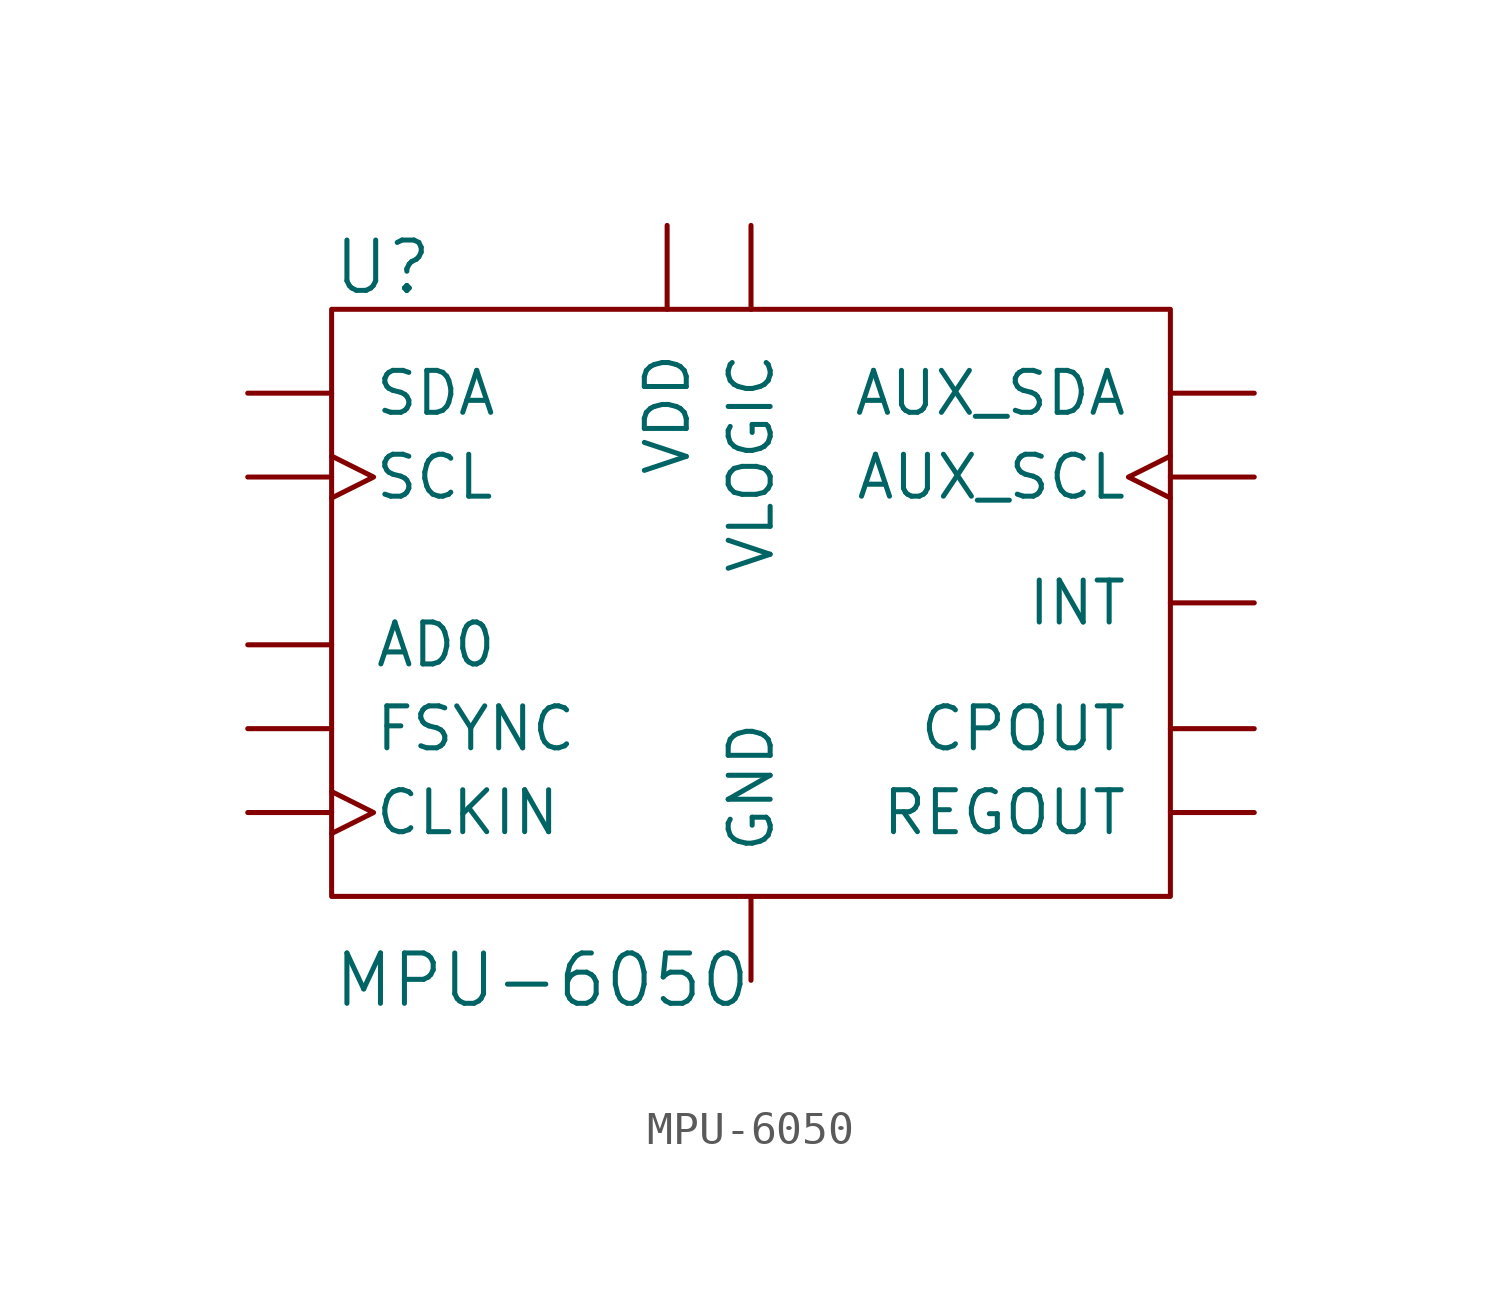
<source format=kicad_sym>
(kicad_symbol_lib
  (version 20211014)
  (generator kicad_symbol_editor)
  (symbol "MPU-6050"
    (pin_numbers hide)
    (pin_names
      (offset 1.27))
    (property "Reference" "U"
      (at -12.7 11.43 0)
      (effects (font (size 1.524 1.524)) (justify left)))
    (property "Value" "MPU-6050"
      (at -12.7 -10.16 0)
      (effects (font (size 1.524 1.524)) (justify left)))
    (symbol "MPU-6050_0_1"
      (rectangle (start -12.7 10.16) (end 12.7 -7.62) (stroke (width 0) (type default) (color 0 0 0 0)) (fill (type none))))
    (symbol "MPU-6050_1_1"
      (pin input clock (at -15.24 -5.08 0) (length 2.54) (name "CLKIN" (effects (font (size 1.27 1.27)))) (number "1" (effects (font (size 1.27 1.27)))))
      (pin passive line (at 15.24 -5.08 180) (length 2.54) (name "REGOUT" (effects (font (size 1.27 1.27)))) (number "10" (effects (font (size 1.27 1.27)))))
      (pin input line (at -15.24 -2.54 0) (length 2.54) (name "FSYNC" (effects (font (size 1.27 1.27)))) (number "11" (effects (font (size 1.27 1.27)))))
      (pin output line (at 15.24 1.27 180) (length 2.54) (name "INT" (effects (font (size 1.27 1.27)))) (number "12" (effects (font (size 1.27 1.27)))))
      (pin power_in line (at -2.54 12.7 270) (length 2.54) (name "VDD" (effects (font (size 1.27 1.27)))) (number "13" (effects (font (size 1.27 1.27)))))
      (pin power_in line (at 0 -10.16 90) (length 2.54) (name "GND" (effects (font (size 1.27 1.27)))) (number "18" (effects (font (size 1.27 1.27)))))
      (pin passive line (at 15.24 -2.54 180) (length 2.54) (name "CPOUT" (effects (font (size 1.27 1.27)))) (number "20" (effects (font (size 1.27 1.27)))))
      (pin open_collector clock (at -15.24 5.08 0) (length 2.54) (name "SCL" (effects (font (size 1.27 1.27)))) (number "23" (effects (font (size 1.27 1.27)))))
      (pin open_collector line (at -15.24 7.62 0) (length 2.54) (name "SDA" (effects (font (size 1.27 1.27)))) (number "24" (effects (font (size 1.27 1.27)))))
      (pin open_collector line (at 15.24 7.62 180) (length 2.54) (name "AUX_SDA" (effects (font (size 1.27 1.27)))) (number "6" (effects (font (size 1.27 1.27)))))
      (pin open_collector clock (at 15.24 5.08 180) (length 2.54) (name "AUX_SCL" (effects (font (size 1.27 1.27)))) (number "7" (effects (font (size 1.27 1.27)))))
      (pin power_in line (at 0 12.7 270) (length 2.54) (name "VLOGIC" (effects (font (size 1.27 1.27)))) (number "8" (effects (font (size 1.27 1.27)))))
      (pin input line (at -15.24 0 0) (length 2.54) (name "AD0" (effects (font (size 1.27 1.27)))) (number "9" (effects (font (size 1.27 1.27))))))))
</source>
